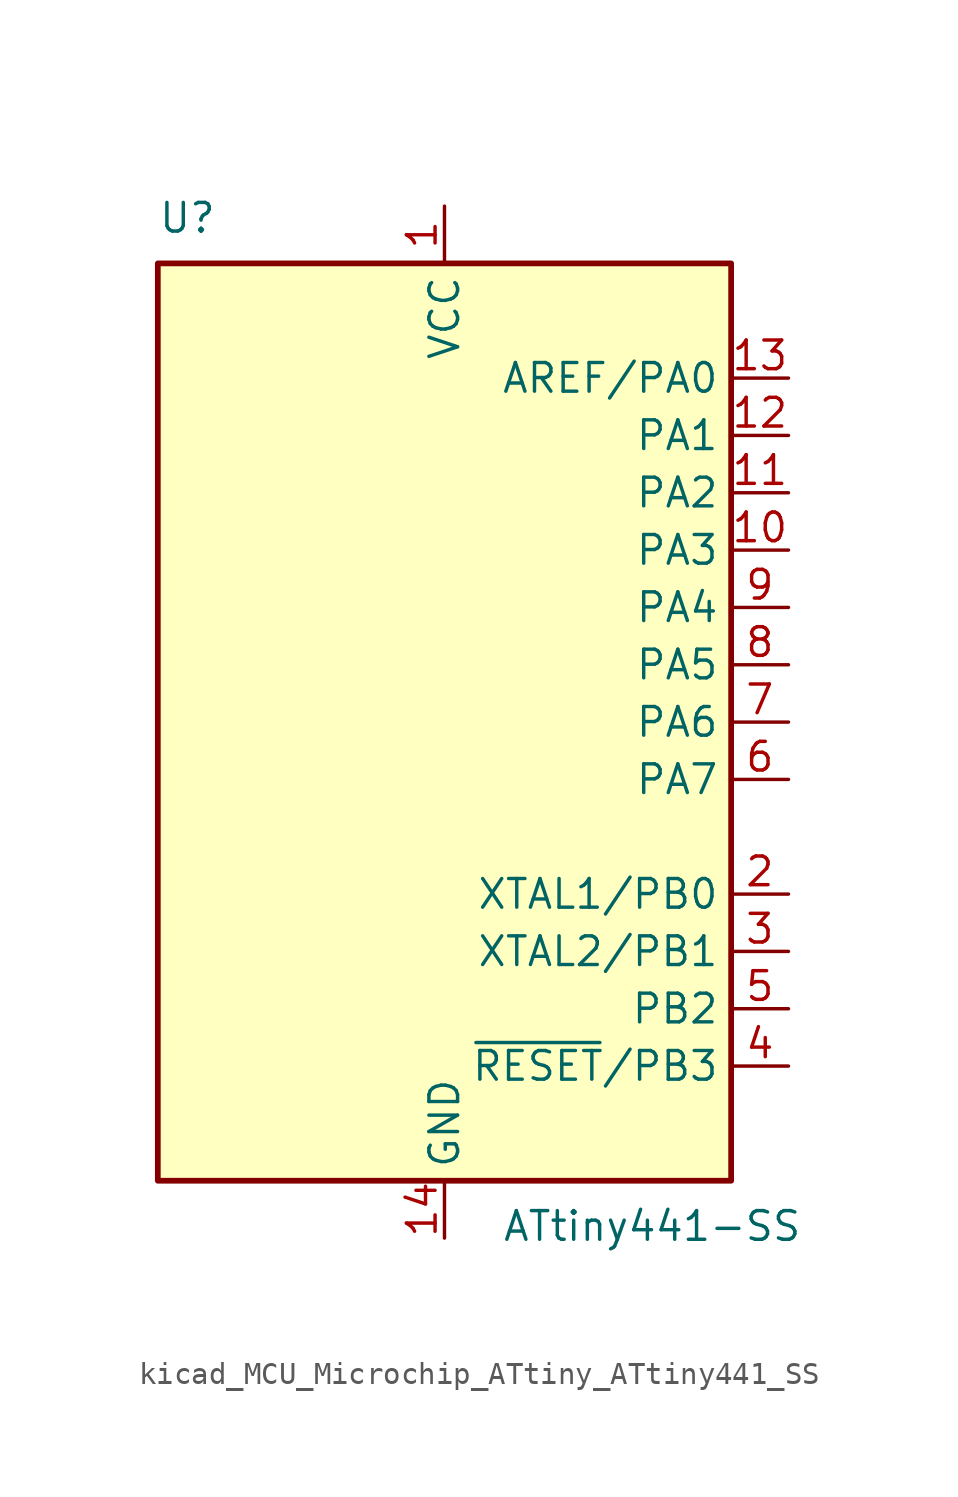
<source format=kicad_sym>
(kicad_symbol_lib
  (version 20220914)
  (generator kicad_symbol_editor)
  (symbol "kicad_MCU_Microchip_ATtiny_ATtiny441_SS"
    (property "Reference" "U"
      (at -12.7 21.59 0)
      (effects (font (size 1.27 1.27)) (justify left bottom)))
    (property "Value" "ATtiny441-SS"
      (at 2.54 -21.59 0)
      (effects (font (size 1.27 1.27)) (justify left top)))
    (symbol "kicad_MCU_Microchip_ATtiny_ATtiny441_SS_0_1"
      (rectangle (start -12.7 -20.32) (end 12.7 20.32) (stroke (width 0.254) (type default)) (fill (type background))))
    (symbol "kicad_MCU_Microchip_ATtiny_ATtiny441_SS_1_1"
      (pin power_in line (at 0 22.86 270) (length 2.54) (name "VCC" (effects (font (size 1.27 1.27)))) (number "1" (effects (font (size 1.27 1.27)))))
      (pin bidirectional line (at 15.24 7.62 180) (length 2.54) (name "PA3" (effects (font (size 1.27 1.27)))) (number "10" (effects (font (size 1.27 1.27)))))
      (pin bidirectional line (at 15.24 10.16 180) (length 2.54) (name "PA2" (effects (font (size 1.27 1.27)))) (number "11" (effects (font (size 1.27 1.27)))))
      (pin bidirectional line (at 15.24 12.7 180) (length 2.54) (name "PA1" (effects (font (size 1.27 1.27)))) (number "12" (effects (font (size 1.27 1.27)))))
      (pin bidirectional line (at 15.24 15.24 180) (length 2.54) (name "AREF/PA0" (effects (font (size 1.27 1.27)))) (number "13" (effects (font (size 1.27 1.27)))))
      (pin power_in line (at 0 -22.86 90) (length 2.54) (name "GND" (effects (font (size 1.27 1.27)))) (number "14" (effects (font (size 1.27 1.27)))))
      (pin bidirectional line (at 15.24 -7.62 180) (length 2.54) (name "XTAL1/PB0" (effects (font (size 1.27 1.27)))) (number "2" (effects (font (size 1.27 1.27)))))
      (pin bidirectional line (at 15.24 -10.16 180) (length 2.54) (name "XTAL2/PB1" (effects (font (size 1.27 1.27)))) (number "3" (effects (font (size 1.27 1.27)))))
      (pin bidirectional line (at 15.24 -15.24 180) (length 2.54) (name "~{RESET}/PB3" (effects (font (size 1.27 1.27)))) (number "4" (effects (font (size 1.27 1.27)))))
      (pin bidirectional line (at 15.24 -12.7 180) (length 2.54) (name "PB2" (effects (font (size 1.27 1.27)))) (number "5" (effects (font (size 1.27 1.27)))))
      (pin bidirectional line (at 15.24 -2.54 180) (length 2.54) (name "PA7" (effects (font (size 1.27 1.27)))) (number "6" (effects (font (size 1.27 1.27)))))
      (pin bidirectional line (at 15.24 0 180) (length 2.54) (name "PA6" (effects (font (size 1.27 1.27)))) (number "7" (effects (font (size 1.27 1.27)))))
      (pin bidirectional line (at 15.24 2.54 180) (length 2.54) (name "PA5" (effects (font (size 1.27 1.27)))) (number "8" (effects (font (size 1.27 1.27)))))
      (pin bidirectional line (at 15.24 5.08 180) (length 2.54) (name "PA4" (effects (font (size 1.27 1.27)))) (number "9" (effects (font (size 1.27 1.27))))))))
</source>
